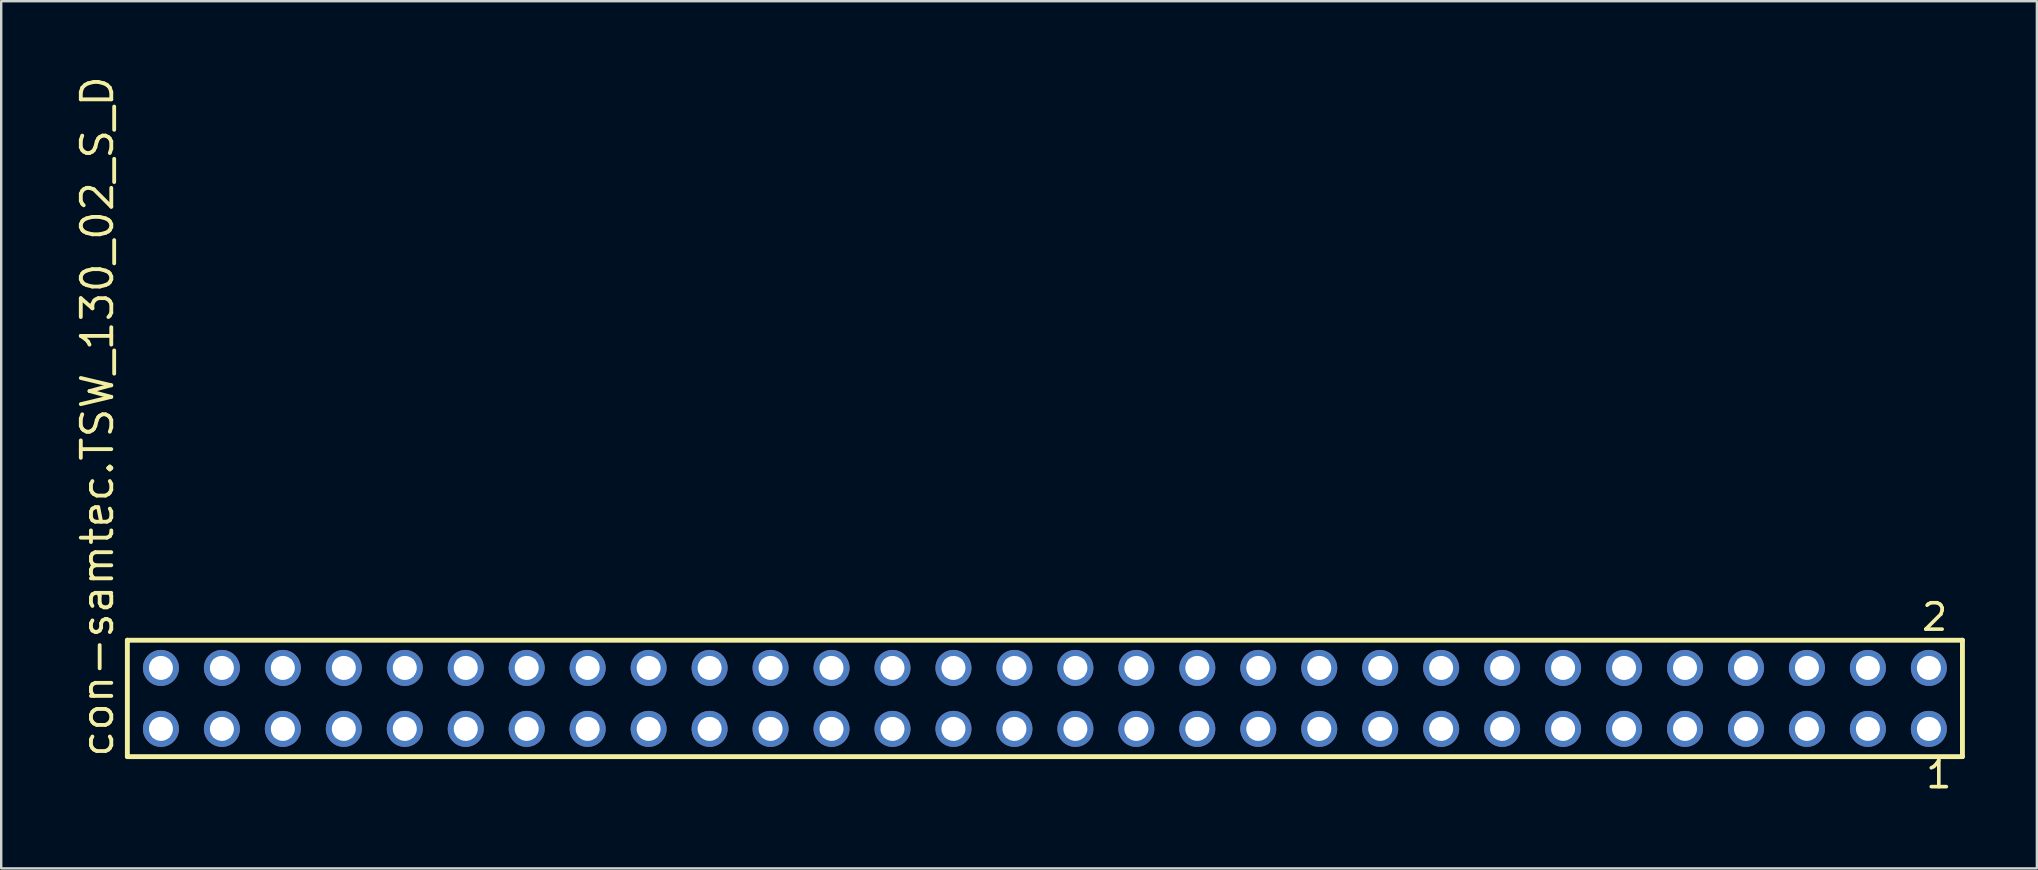
<source format=kicad_pcb>
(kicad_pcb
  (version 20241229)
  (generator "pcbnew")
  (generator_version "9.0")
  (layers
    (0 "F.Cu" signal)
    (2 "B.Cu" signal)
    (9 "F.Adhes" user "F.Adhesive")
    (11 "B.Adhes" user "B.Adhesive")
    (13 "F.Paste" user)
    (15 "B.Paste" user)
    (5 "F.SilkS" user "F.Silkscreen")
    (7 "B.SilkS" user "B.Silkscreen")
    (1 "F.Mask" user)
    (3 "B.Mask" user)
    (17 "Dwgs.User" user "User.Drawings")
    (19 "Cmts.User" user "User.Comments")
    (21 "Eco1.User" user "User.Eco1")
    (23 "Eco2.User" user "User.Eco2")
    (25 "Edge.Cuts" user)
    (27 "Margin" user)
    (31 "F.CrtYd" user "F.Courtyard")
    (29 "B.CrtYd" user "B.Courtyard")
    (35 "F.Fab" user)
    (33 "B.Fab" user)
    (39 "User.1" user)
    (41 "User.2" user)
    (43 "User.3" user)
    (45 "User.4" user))
  (footprint "con-samtec.TSW_130_02_S_D"
    (layer "F.Cu")
    (at 40.485 26.049)
    (property "Reference" "con-samtec.TSW_130_02_S_D" (at -38.735 2.54 90) (layer "F.SilkS") (effects (font (size 1.27 1.27) (thickness 0.16)) (justify left bottom)))
    (attr through_hole)
    (fp_line (start -38.229 -2.425) (end 38.229 -2.425) (stroke (width 0.203) (type default)) (layer "F.SilkS"))
    (fp_line (start -38.229 2.425) (end -38.229 -2.425) (stroke (width 0.203) (type default)) (layer "F.SilkS"))
    (fp_line (start 38.229 -2.425) (end 38.229 2.425) (stroke (width 0.203) (type default)) (layer "F.SilkS"))
    (fp_line (start 38.229 2.425) (end -38.229 2.425) (stroke (width 0.203) (type default)) (layer "F.SilkS"))
    (fp_rect (start -37.18 -0.92) (end -36.48 -1.62) (stroke (width 0.05) (type default)) (fill no) (layer "F.Fab"))
    (fp_rect (start -37.18 1.62) (end -36.48 0.92) (stroke (width 0.05) (type default)) (fill no) (layer "F.Fab"))
    (fp_rect (start -34.64 -0.92) (end -33.94 -1.62) (stroke (width 0.05) (type default)) (fill no) (layer "F.Fab"))
    (fp_rect (start -34.64 1.62) (end -33.94 0.92) (stroke (width 0.05) (type default)) (fill no) (layer "F.Fab"))
    (fp_rect (start -32.1 -0.92) (end -31.4 -1.62) (stroke (width 0.05) (type default)) (fill no) (layer "F.Fab"))
    (fp_rect (start -32.1 1.62) (end -31.4 0.92) (stroke (width 0.05) (type default)) (fill no) (layer "F.Fab"))
    (fp_rect (start -29.56 -0.92) (end -28.86 -1.62) (stroke (width 0.05) (type default)) (fill no) (layer "F.Fab"))
    (fp_rect (start -29.56 1.62) (end -28.86 0.92) (stroke (width 0.05) (type default)) (fill no) (layer "F.Fab"))
    (fp_rect (start -27.02 -0.92) (end -26.32 -1.62) (stroke (width 0.05) (type default)) (fill no) (layer "F.Fab"))
    (fp_rect (start -27.02 1.62) (end -26.32 0.92) (stroke (width 0.05) (type default)) (fill no) (layer "F.Fab"))
    (fp_rect (start -24.48 -0.92) (end -23.78 -1.62) (stroke (width 0.05) (type default)) (fill no) (layer "F.Fab"))
    (fp_rect (start -24.48 1.62) (end -23.78 0.92) (stroke (width 0.05) (type default)) (fill no) (layer "F.Fab"))
    (fp_rect (start -21.94 -0.92) (end -21.24 -1.62) (stroke (width 0.05) (type default)) (fill no) (layer "F.Fab"))
    (fp_rect (start -21.94 1.62) (end -21.24 0.92) (stroke (width 0.05) (type default)) (fill no) (layer "F.Fab"))
    (fp_rect (start -19.4 -0.92) (end -18.7 -1.62) (stroke (width 0.05) (type default)) (fill no) (layer "F.Fab"))
    (fp_rect (start -19.4 1.62) (end -18.7 0.92) (stroke (width 0.05) (type default)) (fill no) (layer "F.Fab"))
    (fp_rect (start -16.86 -0.92) (end -16.16 -1.62) (stroke (width 0.05) (type default)) (fill no) (layer "F.Fab"))
    (fp_rect (start -16.86 1.62) (end -16.16 0.92) (stroke (width 0.05) (type default)) (fill no) (layer "F.Fab"))
    (fp_rect (start -14.32 -0.92) (end -13.62 -1.62) (stroke (width 0.05) (type default)) (fill no) (layer "F.Fab"))
    (fp_rect (start -14.32 1.62) (end -13.62 0.92) (stroke (width 0.05) (type default)) (fill no) (layer "F.Fab"))
    (fp_rect (start -11.78 -0.92) (end -11.08 -1.62) (stroke (width 0.05) (type default)) (fill no) (layer "F.Fab"))
    (fp_rect (start -11.78 1.62) (end -11.08 0.92) (stroke (width 0.05) (type default)) (fill no) (layer "F.Fab"))
    (fp_rect (start -9.24 -0.92) (end -8.54 -1.62) (stroke (width 0.05) (type default)) (fill no) (layer "F.Fab"))
    (fp_rect (start -9.24 1.62) (end -8.54 0.92) (stroke (width 0.05) (type default)) (fill no) (layer "F.Fab"))
    (fp_rect (start -6.7 -0.92) (end -6 -1.62) (stroke (width 0.05) (type default)) (fill no) (layer "F.Fab"))
    (fp_rect (start -6.7 1.62) (end -6 0.92) (stroke (width 0.05) (type default)) (fill no) (layer "F.Fab"))
    (fp_rect (start -4.16 -0.92) (end -3.46 -1.62) (stroke (width 0.05) (type default)) (fill no) (layer "F.Fab"))
    (fp_rect (start -4.16 1.62) (end -3.46 0.92) (stroke (width 0.05) (type default)) (fill no) (layer "F.Fab"))
    (fp_rect (start -1.62 -0.92) (end -0.92 -1.62) (stroke (width 0.05) (type default)) (fill no) (layer "F.Fab"))
    (fp_rect (start -1.62 1.62) (end -0.92 0.92) (stroke (width 0.05) (type default)) (fill no) (layer "F.Fab"))
    (fp_rect (start 0.92 -0.92) (end 1.62 -1.62) (stroke (width 0.05) (type default)) (fill no) (layer "F.Fab"))
    (fp_rect (start 0.92 1.62) (end 1.62 0.92) (stroke (width 0.05) (type default)) (fill no) (layer "F.Fab"))
    (fp_rect (start 3.46 -0.92) (end 4.16 -1.62) (stroke (width 0.05) (type default)) (fill no) (layer "F.Fab"))
    (fp_rect (start 3.46 1.62) (end 4.16 0.92) (stroke (width 0.05) (type default)) (fill no) (layer "F.Fab"))
    (fp_rect (start 6 -0.92) (end 6.7 -1.62) (stroke (width 0.05) (type default)) (fill no) (layer "F.Fab"))
    (fp_rect (start 6 1.62) (end 6.7 0.92) (stroke (width 0.05) (type default)) (fill no) (layer "F.Fab"))
    (fp_rect (start 8.54 -0.92) (end 9.24 -1.62) (stroke (width 0.05) (type default)) (fill no) (layer "F.Fab"))
    (fp_rect (start 8.54 1.62) (end 9.24 0.92) (stroke (width 0.05) (type default)) (fill no) (layer "F.Fab"))
    (fp_rect (start 11.08 -0.92) (end 11.78 -1.62) (stroke (width 0.05) (type default)) (fill no) (layer "F.Fab"))
    (fp_rect (start 11.08 1.62) (end 11.78 0.92) (stroke (width 0.05) (type default)) (fill no) (layer "F.Fab"))
    (fp_rect (start 13.62 -0.92) (end 14.32 -1.62) (stroke (width 0.05) (type default)) (fill no) (layer "F.Fab"))
    (fp_rect (start 13.62 1.62) (end 14.32 0.92) (stroke (width 0.05) (type default)) (fill no) (layer "F.Fab"))
    (fp_rect (start 16.16 -0.92) (end 16.86 -1.62) (stroke (width 0.05) (type default)) (fill no) (layer "F.Fab"))
    (fp_rect (start 16.16 1.62) (end 16.86 0.92) (stroke (width 0.05) (type default)) (fill no) (layer "F.Fab"))
    (fp_rect (start 18.7 -0.92) (end 19.4 -1.62) (stroke (width 0.05) (type default)) (fill no) (layer "F.Fab"))
    (fp_rect (start 18.7 1.62) (end 19.4 0.92) (stroke (width 0.05) (type default)) (fill no) (layer "F.Fab"))
    (fp_rect (start 21.24 -0.92) (end 21.94 -1.62) (stroke (width 0.05) (type default)) (fill no) (layer "F.Fab"))
    (fp_rect (start 21.24 1.62) (end 21.94 0.92) (stroke (width 0.05) (type default)) (fill no) (layer "F.Fab"))
    (fp_rect (start 23.78 -0.92) (end 24.48 -1.62) (stroke (width 0.05) (type default)) (fill no) (layer "F.Fab"))
    (fp_rect (start 23.78 1.62) (end 24.48 0.92) (stroke (width 0.05) (type default)) (fill no) (layer "F.Fab"))
    (fp_rect (start 26.32 -0.92) (end 27.02 -1.62) (stroke (width 0.05) (type default)) (fill no) (layer "F.Fab"))
    (fp_rect (start 26.32 1.62) (end 27.02 0.92) (stroke (width 0.05) (type default)) (fill no) (layer "F.Fab"))
    (fp_rect (start 28.86 -0.92) (end 29.56 -1.62) (stroke (width 0.05) (type default)) (fill no) (layer "F.Fab"))
    (fp_rect (start 28.86 1.62) (end 29.56 0.92) (stroke (width 0.05) (type default)) (fill no) (layer "F.Fab"))
    (fp_rect (start 31.4 -0.92) (end 32.1 -1.62) (stroke (width 0.05) (type default)) (fill no) (layer "F.Fab"))
    (fp_rect (start 31.4 1.62) (end 32.1 0.92) (stroke (width 0.05) (type default)) (fill no) (layer "F.Fab"))
    (fp_rect (start 33.94 -0.92) (end 34.64 -1.62) (stroke (width 0.05) (type default)) (fill no) (layer "F.Fab"))
    (fp_rect (start 33.94 1.62) (end 34.64 0.92) (stroke (width 0.05) (type default)) (fill no) (layer "F.Fab"))
    (fp_rect (start 36.48 -0.92) (end 37.18 -1.62) (stroke (width 0.05) (type default)) (fill no) (layer "F.Fab"))
    (fp_rect (start 36.48 1.62) (end 37.18 0.92) (stroke (width 0.05) (type default)) (fill no) (layer "F.Fab"))
    (fp_text user "2" (at 36.447 -2.744 0) (layer "F.SilkS") (effects (font (size 1.1 1.1) (thickness 0.15)) (justify left bottom)))
    (fp_text user "1" (at 36.622 3.818 0) (layer "F.SilkS") (effects (font (size 1.1 1.1) (thickness 0.15)) (justify left bottom)))
    (pad "1" thru_hole circle (at 36.83 1.27 180) (size 1.5 1.5) (drill 1) (layers "*.Cu" "*.Mask"))
    (pad "2" thru_hole circle (at 36.83 -1.27 180) (size 1.5 1.5) (drill 1) (layers "*.Cu" "*.Mask"))
    (pad "3" thru_hole circle (at 34.29 1.27 180) (size 1.5 1.5) (drill 1) (layers "*.Cu" "*.Mask"))
    (pad "4" thru_hole circle (at 34.29 -1.27 180) (size 1.5 1.5) (drill 1) (layers "*.Cu" "*.Mask"))
    (pad "5" thru_hole circle (at 31.75 1.27 180) (size 1.5 1.5) (drill 1) (layers "*.Cu" "*.Mask"))
    (pad "6" thru_hole circle (at 31.75 -1.27 180) (size 1.5 1.5) (drill 1) (layers "*.Cu" "*.Mask"))
    (pad "7" thru_hole circle (at 29.21 1.27 180) (size 1.5 1.5) (drill 1) (layers "*.Cu" "*.Mask"))
    (pad "8" thru_hole circle (at 29.21 -1.27 180) (size 1.5 1.5) (drill 1) (layers "*.Cu" "*.Mask"))
    (pad "9" thru_hole circle (at 26.67 1.27 180) (size 1.5 1.5) (drill 1) (layers "*.Cu" "*.Mask"))
    (pad "10" thru_hole circle (at 26.67 -1.27 180) (size 1.5 1.5) (drill 1) (layers "*.Cu" "*.Mask"))
    (pad "11" thru_hole circle (at 24.13 1.27 180) (size 1.5 1.5) (drill 1) (layers "*.Cu" "*.Mask"))
    (pad "12" thru_hole circle (at 24.13 -1.27 180) (size 1.5 1.5) (drill 1) (layers "*.Cu" "*.Mask"))
    (pad "13" thru_hole circle (at 21.59 1.27 180) (size 1.5 1.5) (drill 1) (layers "*.Cu" "*.Mask"))
    (pad "14" thru_hole circle (at 21.59 -1.27 180) (size 1.5 1.5) (drill 1) (layers "*.Cu" "*.Mask"))
    (pad "15" thru_hole circle (at 19.05 1.27 180) (size 1.5 1.5) (drill 1) (layers "*.Cu" "*.Mask"))
    (pad "16" thru_hole circle (at 19.05 -1.27 180) (size 1.5 1.5) (drill 1) (layers "*.Cu" "*.Mask"))
    (pad "17" thru_hole circle (at 16.51 1.27 180) (size 1.5 1.5) (drill 1) (layers "*.Cu" "*.Mask"))
    (pad "18" thru_hole circle (at 16.51 -1.27 180) (size 1.5 1.5) (drill 1) (layers "*.Cu" "*.Mask"))
    (pad "19" thru_hole circle (at 13.97 1.27 180) (size 1.5 1.5) (drill 1) (layers "*.Cu" "*.Mask"))
    (pad "20" thru_hole circle (at 13.97 -1.27 180) (size 1.5 1.5) (drill 1) (layers "*.Cu" "*.Mask"))
    (pad "21" thru_hole circle (at 11.43 1.27 180) (size 1.5 1.5) (drill 1) (layers "*.Cu" "*.Mask"))
    (pad "22" thru_hole circle (at 11.43 -1.27 180) (size 1.5 1.5) (drill 1) (layers "*.Cu" "*.Mask"))
    (pad "23" thru_hole circle (at 8.89 1.27 180) (size 1.5 1.5) (drill 1) (layers "*.Cu" "*.Mask"))
    (pad "24" thru_hole circle (at 8.89 -1.27 180) (size 1.5 1.5) (drill 1) (layers "*.Cu" "*.Mask"))
    (pad "25" thru_hole circle (at 6.35 1.27 180) (size 1.5 1.5) (drill 1) (layers "*.Cu" "*.Mask"))
    (pad "26" thru_hole circle (at 6.35 -1.27 180) (size 1.5 1.5) (drill 1) (layers "*.Cu" "*.Mask"))
    (pad "27" thru_hole circle (at 3.81 1.27 180) (size 1.5 1.5) (drill 1) (layers "*.Cu" "*.Mask"))
    (pad "28" thru_hole circle (at 3.81 -1.27 180) (size 1.5 1.5) (drill 1) (layers "*.Cu" "*.Mask"))
    (pad "29" thru_hole circle (at 1.27 1.27 180) (size 1.5 1.5) (drill 1) (layers "*.Cu" "*.Mask"))
    (pad "30" thru_hole circle (at 1.27 -1.27 180) (size 1.5 1.5) (drill 1) (layers "*.Cu" "*.Mask"))
    (pad "31" thru_hole circle (at -1.27 1.27 180) (size 1.5 1.5) (drill 1) (layers "*.Cu" "*.Mask"))
    (pad "32" thru_hole circle (at -1.27 -1.27 180) (size 1.5 1.5) (drill 1) (layers "*.Cu" "*.Mask"))
    (pad "33" thru_hole circle (at -3.81 1.27 180) (size 1.5 1.5) (drill 1) (layers "*.Cu" "*.Mask"))
    (pad "34" thru_hole circle (at -3.81 -1.27 180) (size 1.5 1.5) (drill 1) (layers "*.Cu" "*.Mask"))
    (pad "35" thru_hole circle (at -6.35 1.27 180) (size 1.5 1.5) (drill 1) (layers "*.Cu" "*.Mask"))
    (pad "36" thru_hole circle (at -6.35 -1.27 180) (size 1.5 1.5) (drill 1) (layers "*.Cu" "*.Mask"))
    (pad "37" thru_hole circle (at -8.89 1.27 180) (size 1.5 1.5) (drill 1) (layers "*.Cu" "*.Mask"))
    (pad "38" thru_hole circle (at -8.89 -1.27 180) (size 1.5 1.5) (drill 1) (layers "*.Cu" "*.Mask"))
    (pad "39" thru_hole circle (at -11.43 1.27 180) (size 1.5 1.5) (drill 1) (layers "*.Cu" "*.Mask"))
    (pad "40" thru_hole circle (at -11.43 -1.27 180) (size 1.5 1.5) (drill 1) (layers "*.Cu" "*.Mask"))
    (pad "41" thru_hole circle (at -13.97 1.27 180) (size 1.5 1.5) (drill 1) (layers "*.Cu" "*.Mask"))
    (pad "42" thru_hole circle (at -13.97 -1.27 180) (size 1.5 1.5) (drill 1) (layers "*.Cu" "*.Mask"))
    (pad "43" thru_hole circle (at -16.51 1.27 180) (size 1.5 1.5) (drill 1) (layers "*.Cu" "*.Mask"))
    (pad "44" thru_hole circle (at -16.51 -1.27 180) (size 1.5 1.5) (drill 1) (layers "*.Cu" "*.Mask"))
    (pad "45" thru_hole circle (at -19.05 1.27 180) (size 1.5 1.5) (drill 1) (layers "*.Cu" "*.Mask"))
    (pad "46" thru_hole circle (at -19.05 -1.27 180) (size 1.5 1.5) (drill 1) (layers "*.Cu" "*.Mask"))
    (pad "47" thru_hole circle (at -21.59 1.27 180) (size 1.5 1.5) (drill 1) (layers "*.Cu" "*.Mask"))
    (pad "48" thru_hole circle (at -21.59 -1.27 180) (size 1.5 1.5) (drill 1) (layers "*.Cu" "*.Mask"))
    (pad "49" thru_hole circle (at -24.13 1.27 180) (size 1.5 1.5) (drill 1) (layers "*.Cu" "*.Mask"))
    (pad "50" thru_hole circle (at -24.13 -1.27 180) (size 1.5 1.5) (drill 1) (layers "*.Cu" "*.Mask"))
    (pad "51" thru_hole circle (at -26.67 1.27 180) (size 1.5 1.5) (drill 1) (layers "*.Cu" "*.Mask"))
    (pad "52" thru_hole circle (at -26.67 -1.27 180) (size 1.5 1.5) (drill 1) (layers "*.Cu" "*.Mask"))
    (pad "53" thru_hole circle (at -29.21 1.27 180) (size 1.5 1.5) (drill 1) (layers "*.Cu" "*.Mask"))
    (pad "54" thru_hole circle (at -29.21 -1.27 180) (size 1.5 1.5) (drill 1) (layers "*.Cu" "*.Mask"))
    (pad "55" thru_hole circle (at -31.75 1.27 180) (size 1.5 1.5) (drill 1) (layers "*.Cu" "*.Mask"))
    (pad "56" thru_hole circle (at -31.75 -1.27 180) (size 1.5 1.5) (drill 1) (layers "*.Cu" "*.Mask"))
    (pad "57" thru_hole circle (at -34.29 1.27 180) (size 1.5 1.5) (drill 1) (layers "*.Cu" "*.Mask"))
    (pad "58" thru_hole circle (at -34.29 -1.27 180) (size 1.5 1.5) (drill 1) (layers "*.Cu" "*.Mask"))
    (pad "59" thru_hole circle (at -36.83 1.27 180) (size 1.5 1.5) (drill 1) (layers "*.Cu" "*.Mask"))
    (pad "60" thru_hole circle (at -36.83 -1.27 180) (size 1.5 1.5) (drill 1) (layers "*.Cu" "*.Mask")))
  (gr_rect
    (start -3 -3)
    (end 81.816 33.131)
    (stroke (width 0.1) (type default))
    (fill no)
    (layer "Edge.Cuts")))
</source>
